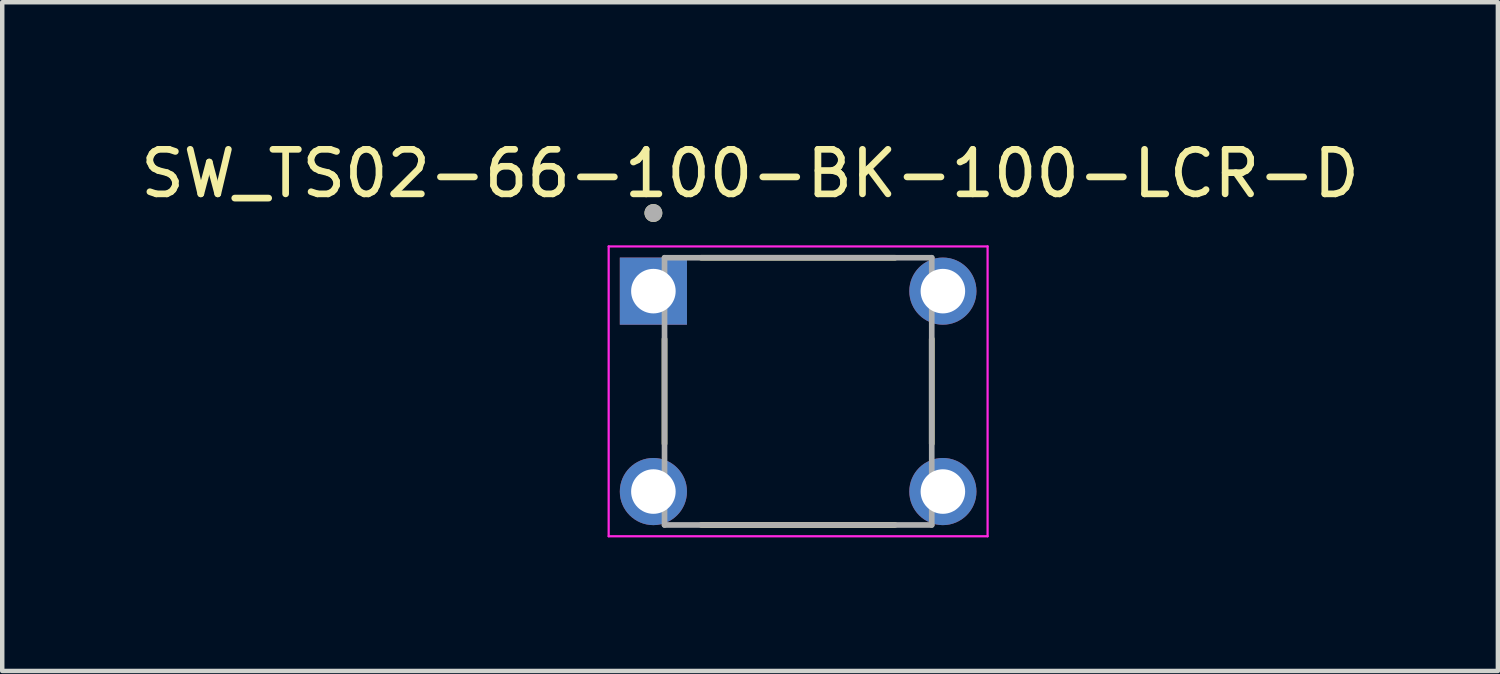
<source format=kicad_pcb>
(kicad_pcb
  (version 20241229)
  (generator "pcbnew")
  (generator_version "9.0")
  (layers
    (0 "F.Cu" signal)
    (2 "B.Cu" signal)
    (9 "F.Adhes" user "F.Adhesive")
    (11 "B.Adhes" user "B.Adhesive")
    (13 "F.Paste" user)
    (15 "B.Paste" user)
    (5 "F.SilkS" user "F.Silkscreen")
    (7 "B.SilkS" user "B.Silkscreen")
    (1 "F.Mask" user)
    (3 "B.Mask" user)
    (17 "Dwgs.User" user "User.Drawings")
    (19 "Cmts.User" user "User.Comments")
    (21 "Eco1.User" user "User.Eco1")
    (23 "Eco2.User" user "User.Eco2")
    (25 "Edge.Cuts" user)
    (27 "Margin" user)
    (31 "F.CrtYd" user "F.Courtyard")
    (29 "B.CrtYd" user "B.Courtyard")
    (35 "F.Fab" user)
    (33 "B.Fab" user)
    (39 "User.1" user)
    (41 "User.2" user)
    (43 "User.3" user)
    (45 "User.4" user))
  (footprint "SW_TS02-66-100-BK-100-LCR-D"
    (layer "F.Cu")
    (at 14.871 5.737)
    (property "Reference" "SW_TS02-66-100-BK-100-LCR-D" (at -1.079 -4.889 0) (layer "F.SilkS") (effects (font (size 1 1) (thickness 0.15))))
    (attr through_hole)
    (fp_line (start -3 -1.176) (end -3 1.176) (stroke (width 0.127) (type solid)) (layer "F.SilkS"))
    (fp_line (start -2.176 -3) (end 2.176 -3) (stroke (width 0.127) (type solid)) (layer "F.SilkS"))
    (fp_line (start -2.176 3) (end 2.176 3) (stroke (width 0.127) (type solid)) (layer "F.SilkS"))
    (fp_line (start 3 -1.176) (end 3 1.176) (stroke (width 0.127) (type solid)) (layer "F.SilkS"))
    (fp_circle (center -3.25 -4.004) (end -3.15 -4.004) (stroke (width 0.2) (type solid)) (fill no) (layer "F.SilkS"))
    (fp_line (start -4.254 -3.254) (end -4.254 3.254) (stroke (width 0.05) (type solid)) (layer "F.CrtYd"))
    (fp_line (start -4.254 3.254) (end 4.254 3.254) (stroke (width 0.05) (type solid)) (layer "F.CrtYd"))
    (fp_line (start 4.254 -3.254) (end -4.254 -3.254) (stroke (width 0.05) (type solid)) (layer "F.CrtYd"))
    (fp_line (start 4.254 3.254) (end 4.254 -3.254) (stroke (width 0.05) (type solid)) (layer "F.CrtYd"))
    (fp_line (start -3 -3) (end 3 -3) (stroke (width 0.127) (type solid)) (layer "F.Fab"))
    (fp_line (start -3 3) (end -3 -3) (stroke (width 0.127) (type solid)) (layer "F.Fab"))
    (fp_line (start 3 -3) (end 3 3) (stroke (width 0.127) (type solid)) (layer "F.Fab"))
    (fp_line (start 3 3) (end -3 3) (stroke (width 0.127) (type solid)) (layer "F.Fab"))
    (fp_circle (center -3.25 -4.004) (end -3.15 -4.004) (stroke (width 0.2) (type solid)) (fill no) (layer "F.Fab"))
    (pad "1" thru_hole rect (at -3.25 -2.25) (size 1.508 1.508) (drill 1) (layers "*.Cu" "*.Mask"))
    (pad "2" thru_hole circle (at 3.25 -2.25) (size 1.508 1.508) (drill 1) (layers "*.Cu" "*.Mask"))
    (pad "3" thru_hole circle (at -3.25 2.25) (size 1.508 1.508) (drill 1) (layers "*.Cu" "*.Mask"))
    (pad "4" thru_hole circle (at 3.25 2.25) (size 1.508 1.508) (drill 1) (layers "*.Cu" "*.Mask")))
  (gr_rect
    (start -3 -3)
    (end 30.583 12.016)
    (stroke (width 0.1) (type default))
    (fill no)
    (layer "Edge.Cuts")))
</source>
